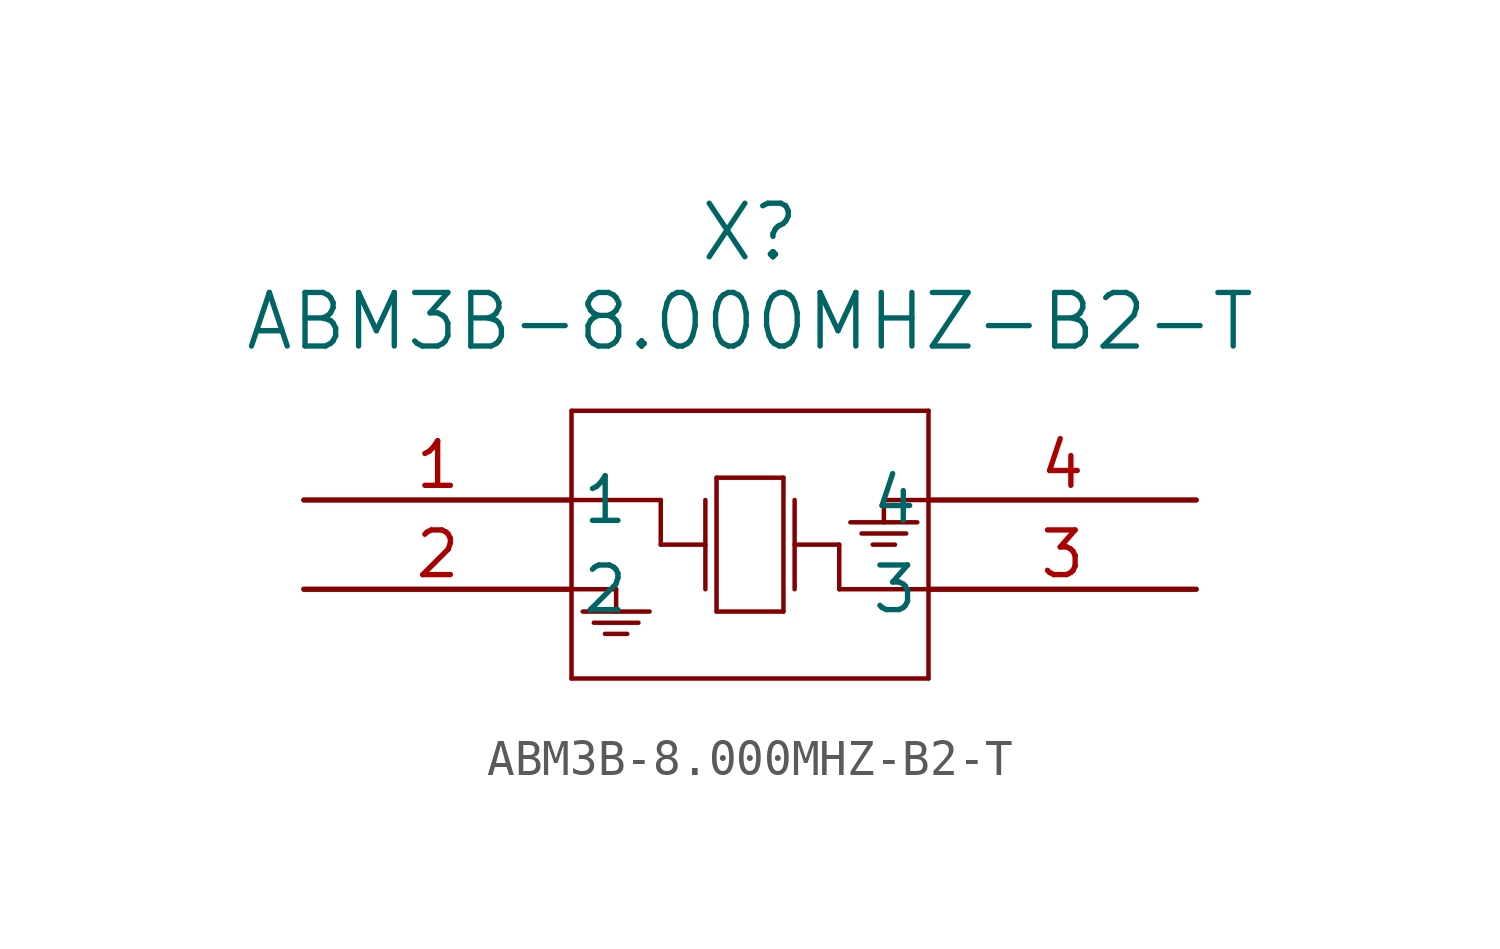
<source format=kicad_sym>
(kicad_symbol_lib
  (version 20211014)
  (generator kicad_symbol_editor)
  (symbol "ABM3B-8.000MHZ-B2-T"
    (pin_names
      (offset 0.254))
    (property "Reference" "X"
      (at 12.7 7.62 0)
      (effects (font (size 1.524 1.524))))
    (property "Value" "ABM3B-8.000MHZ-B2-T"
      (at 12.7 5.08 0)
      (effects (font (size 1.524 1.524))))
    (symbol "ABM3B-8.000MHZ-B2-T_0_1"
      (polyline (pts (xy 7.62 2.54) (xy 7.62 -5.08)) (stroke (width 0.127) (type default) (color 0 0 0 0)) (fill (type none)))
      (polyline (pts (xy 7.62 -5.08) (xy 17.78 -5.08)) (stroke (width 0.127) (type default) (color 0 0 0 0)) (fill (type none)))
      (polyline (pts (xy 17.78 -5.08) (xy 17.78 2.54)) (stroke (width 0.127) (type default) (color 0 0 0 0)) (fill (type none)))
      (polyline (pts (xy 17.78 2.54) (xy 7.62 2.54)) (stroke (width 0.127) (type default) (color 0 0 0 0)) (fill (type none)))
      (polyline (pts (xy 11.43 0) (xy 11.43 -2.54)) (stroke (width 0.127) (type default) (color 0 0 0 0)) (fill (type none)))
      (polyline (pts (xy 11.43 -1.27) (xy 10.16 -1.27)) (stroke (width 0.127) (type default) (color 0 0 0 0)) (fill (type none)))
      (polyline (pts (xy 10.16 -1.27) (xy 10.16 0)) (stroke (width 0.127) (type default) (color 0 0 0 0)) (fill (type none)))
      (polyline (pts (xy 10.16 0) (xy 7.62 0)) (stroke (width 0.127) (type default) (color 0 0 0 0)) (fill (type none)))
      (polyline (pts (xy 13.97 0) (xy 13.97 -2.54)) (stroke (width 0.127) (type default) (color 0 0 0 0)) (fill (type none)))
      (polyline (pts (xy 13.97 -1.27) (xy 15.24 -1.27)) (stroke (width 0.127) (type default) (color 0 0 0 0)) (fill (type none)))
      (polyline (pts (xy 15.24 -1.27) (xy 15.24 -2.54)) (stroke (width 0.127) (type default) (color 0 0 0 0)) (fill (type none)))
      (polyline (pts (xy 15.24 -2.54) (xy 17.78 -2.54)) (stroke (width 0.127) (type default) (color 0 0 0 0)) (fill (type none)))
      (polyline (pts (xy 11.748 0.635) (xy 11.748 -3.175)) (stroke (width 0.127) (type default) (color 0 0 0 0)) (fill (type none)))
      (polyline (pts (xy 11.748 -3.175) (xy 13.652 -3.175)) (stroke (width 0.127) (type default) (color 0 0 0 0)) (fill (type none)))
      (polyline (pts (xy 13.652 -3.175) (xy 13.652 0.635)) (stroke (width 0.127) (type default) (color 0 0 0 0)) (fill (type none)))
      (polyline (pts (xy 13.652 0.635) (xy 11.748 0.635)) (stroke (width 0.127) (type default) (color 0 0 0 0)) (fill (type none)))
      (polyline (pts (xy 7.62 -2.54) (xy 8.89 -2.54)) (stroke (width 0.127) (type default) (color 0 0 0 0)) (fill (type none)))
      (polyline (pts (xy 8.89 -2.54) (xy 8.89 -3.175)) (stroke (width 0.127) (type default) (color 0 0 0 0)) (fill (type none)))
      (polyline (pts (xy 8.572 -3.81) (xy 9.207 -3.81)) (stroke (width 0.127) (type default) (color 0 0 0 0)) (fill (type none)))
      (polyline (pts (xy 8.255 -3.493) (xy 9.525 -3.493)) (stroke (width 0.127) (type default) (color 0 0 0 0)) (fill (type none)))
      (polyline (pts (xy 7.938 -3.175) (xy 9.842 -3.175)) (stroke (width 0.127) (type default) (color 0 0 0 0)) (fill (type none)))
      (polyline (pts (xy 17.78 0) (xy 16.51 0)) (stroke (width 0.127) (type default) (color 0 0 0 0)) (fill (type none)))
      (polyline (pts (xy 16.51 0) (xy 16.51 -0.635)) (stroke (width 0.127) (type default) (color 0 0 0 0)) (fill (type none)))
      (polyline (pts (xy 16.828 -1.27) (xy 16.192 -1.27)) (stroke (width 0.127) (type default) (color 0 0 0 0)) (fill (type none)))
      (polyline (pts (xy 17.145 -0.953) (xy 15.875 -0.953)) (stroke (width 0.127) (type default) (color 0 0 0 0)) (fill (type none)))
      (polyline (pts (xy 17.462 -0.635) (xy 15.557 -0.635)) (stroke (width 0.127) (type default) (color 0 0 0 0)) (fill (type none)))
      (pin unspecified line (at 0 0 0) (length 7.62) (name "1" (effects (font (size 1.27 1.27)))) (number "1" (effects (font (size 1.27 1.27)))))
      (pin unspecified line (at 0 -2.54 0) (length 7.62) (name "2" (effects (font (size 1.27 1.27)))) (number "2" (effects (font (size 1.27 1.27)))))
      (pin unspecified line (at 25.4 -2.54 180) (length 7.62) (name "3" (effects (font (size 1.27 1.27)))) (number "3" (effects (font (size 1.27 1.27)))))
      (pin unspecified line (at 25.4 0 180) (length 7.62) (name "4" (effects (font (size 1.27 1.27)))) (number "4" (effects (font (size 1.27 1.27))))))))
</source>
